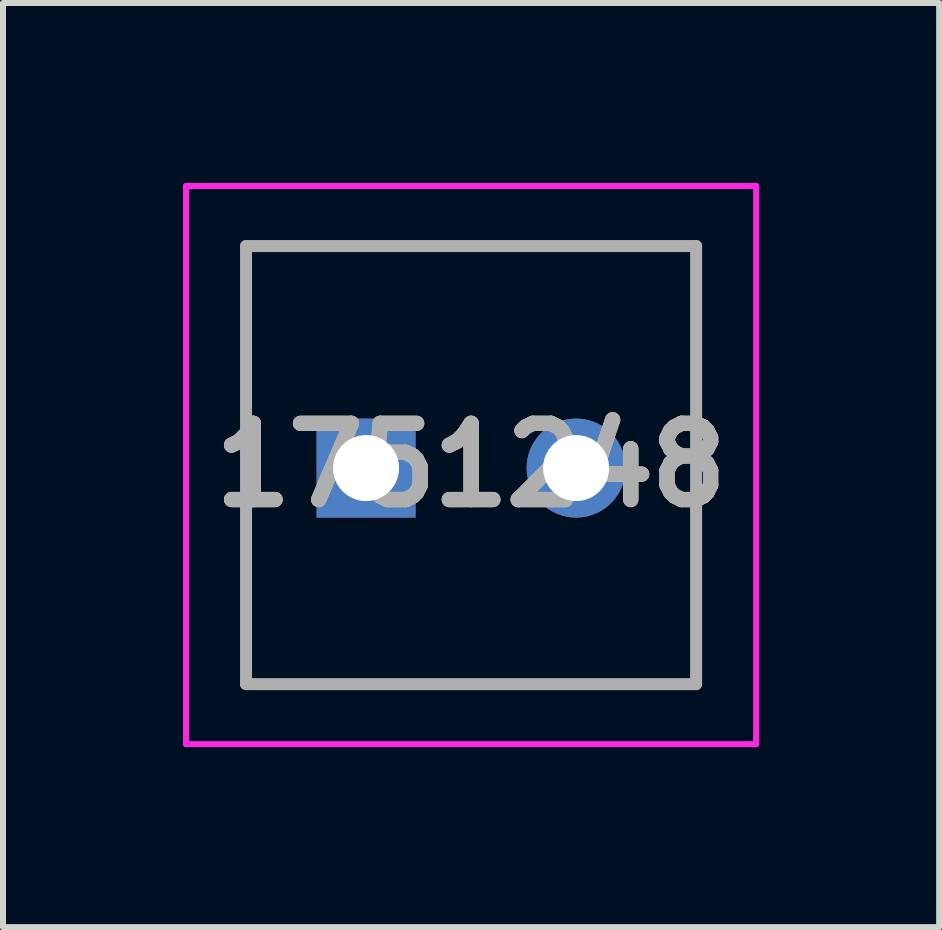
<source format=kicad_pcb>
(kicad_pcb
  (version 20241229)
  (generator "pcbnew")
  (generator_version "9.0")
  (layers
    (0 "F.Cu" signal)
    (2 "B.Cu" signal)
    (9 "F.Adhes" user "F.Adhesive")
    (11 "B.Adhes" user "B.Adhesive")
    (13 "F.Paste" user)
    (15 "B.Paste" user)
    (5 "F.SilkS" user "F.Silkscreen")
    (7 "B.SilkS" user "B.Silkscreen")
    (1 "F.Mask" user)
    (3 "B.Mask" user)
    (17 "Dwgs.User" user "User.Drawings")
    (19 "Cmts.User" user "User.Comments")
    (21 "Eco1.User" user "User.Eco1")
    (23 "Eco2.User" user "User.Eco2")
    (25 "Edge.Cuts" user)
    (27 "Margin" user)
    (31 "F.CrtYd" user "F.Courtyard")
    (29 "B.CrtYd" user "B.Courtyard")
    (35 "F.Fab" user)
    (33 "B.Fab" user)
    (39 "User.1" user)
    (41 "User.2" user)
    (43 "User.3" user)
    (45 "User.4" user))
  (footprint "1751248"
    (layer "F.Cu")
    (at 3.05 4.75)
    (property "Reference" "1751248" (at 1.75 -0.05 0) (layer "F.SilkS") (effects (font (size 1.27 1.27) (thickness 0.254))))
    (attr through_hole)
    (fp_line (start -2 -3.7) (end -2 3.6) (stroke (width 0.1) (type solid)) (layer "F.SilkS"))
    (fp_line (start -2 3.6) (end 5.5 3.6) (stroke (width 0.1) (type solid)) (layer "F.SilkS"))
    (fp_line (start 5.5 -3.7) (end -2 -3.7) (stroke (width 0.1) (type solid)) (layer "F.SilkS"))
    (fp_line (start 5.5 3.6) (end 5.5 -3.7) (stroke (width 0.1) (type solid)) (layer "F.SilkS"))
    (fp_line (start -3 -4.7) (end 6.5 -4.7) (stroke (width 0.1) (type solid)) (layer "F.CrtYd"))
    (fp_line (start -3 4.6) (end -3 -4.7) (stroke (width 0.1) (type solid)) (layer "F.CrtYd"))
    (fp_line (start 6.5 -4.7) (end 6.5 4.6) (stroke (width 0.1) (type solid)) (layer "F.CrtYd"))
    (fp_line (start 6.5 4.6) (end -3 4.6) (stroke (width 0.1) (type solid)) (layer "F.CrtYd"))
    (fp_line (start -2 -3.7) (end -2 3.6) (stroke (width 0.2) (type solid)) (layer "F.Fab"))
    (fp_line (start -2 3.6) (end 5.5 3.6) (stroke (width 0.2) (type solid)) (layer "F.Fab"))
    (fp_line (start 5.5 -3.7) (end -2 -3.7) (stroke (width 0.2) (type solid)) (layer "F.Fab"))
    (fp_line (start 5.5 3.6) (end 5.5 -3.7) (stroke (width 0.2) (type solid)) (layer "F.Fab"))
    (fp_text user "${REFERENCE}" (at 1.75 -0.05 0) (layer "F.Fab") (effects (font (size 1.27 1.27) (thickness 0.254))))
    (pad "1" thru_hole rect (at 0 0) (size 1.65 1.65) (drill 1.1) (layers "*.Cu" "*.Mask"))
    (pad "2" thru_hole circle (at 3.5 0) (size 1.65 1.65) (drill 1.1) (layers "*.Cu" "*.Mask")))
  (gr_rect
    (start -3 -3)
    (end 12.6 12.4)
    (stroke (width 0.1) (type default))
    (fill no)
    (layer "Edge.Cuts")))
</source>
